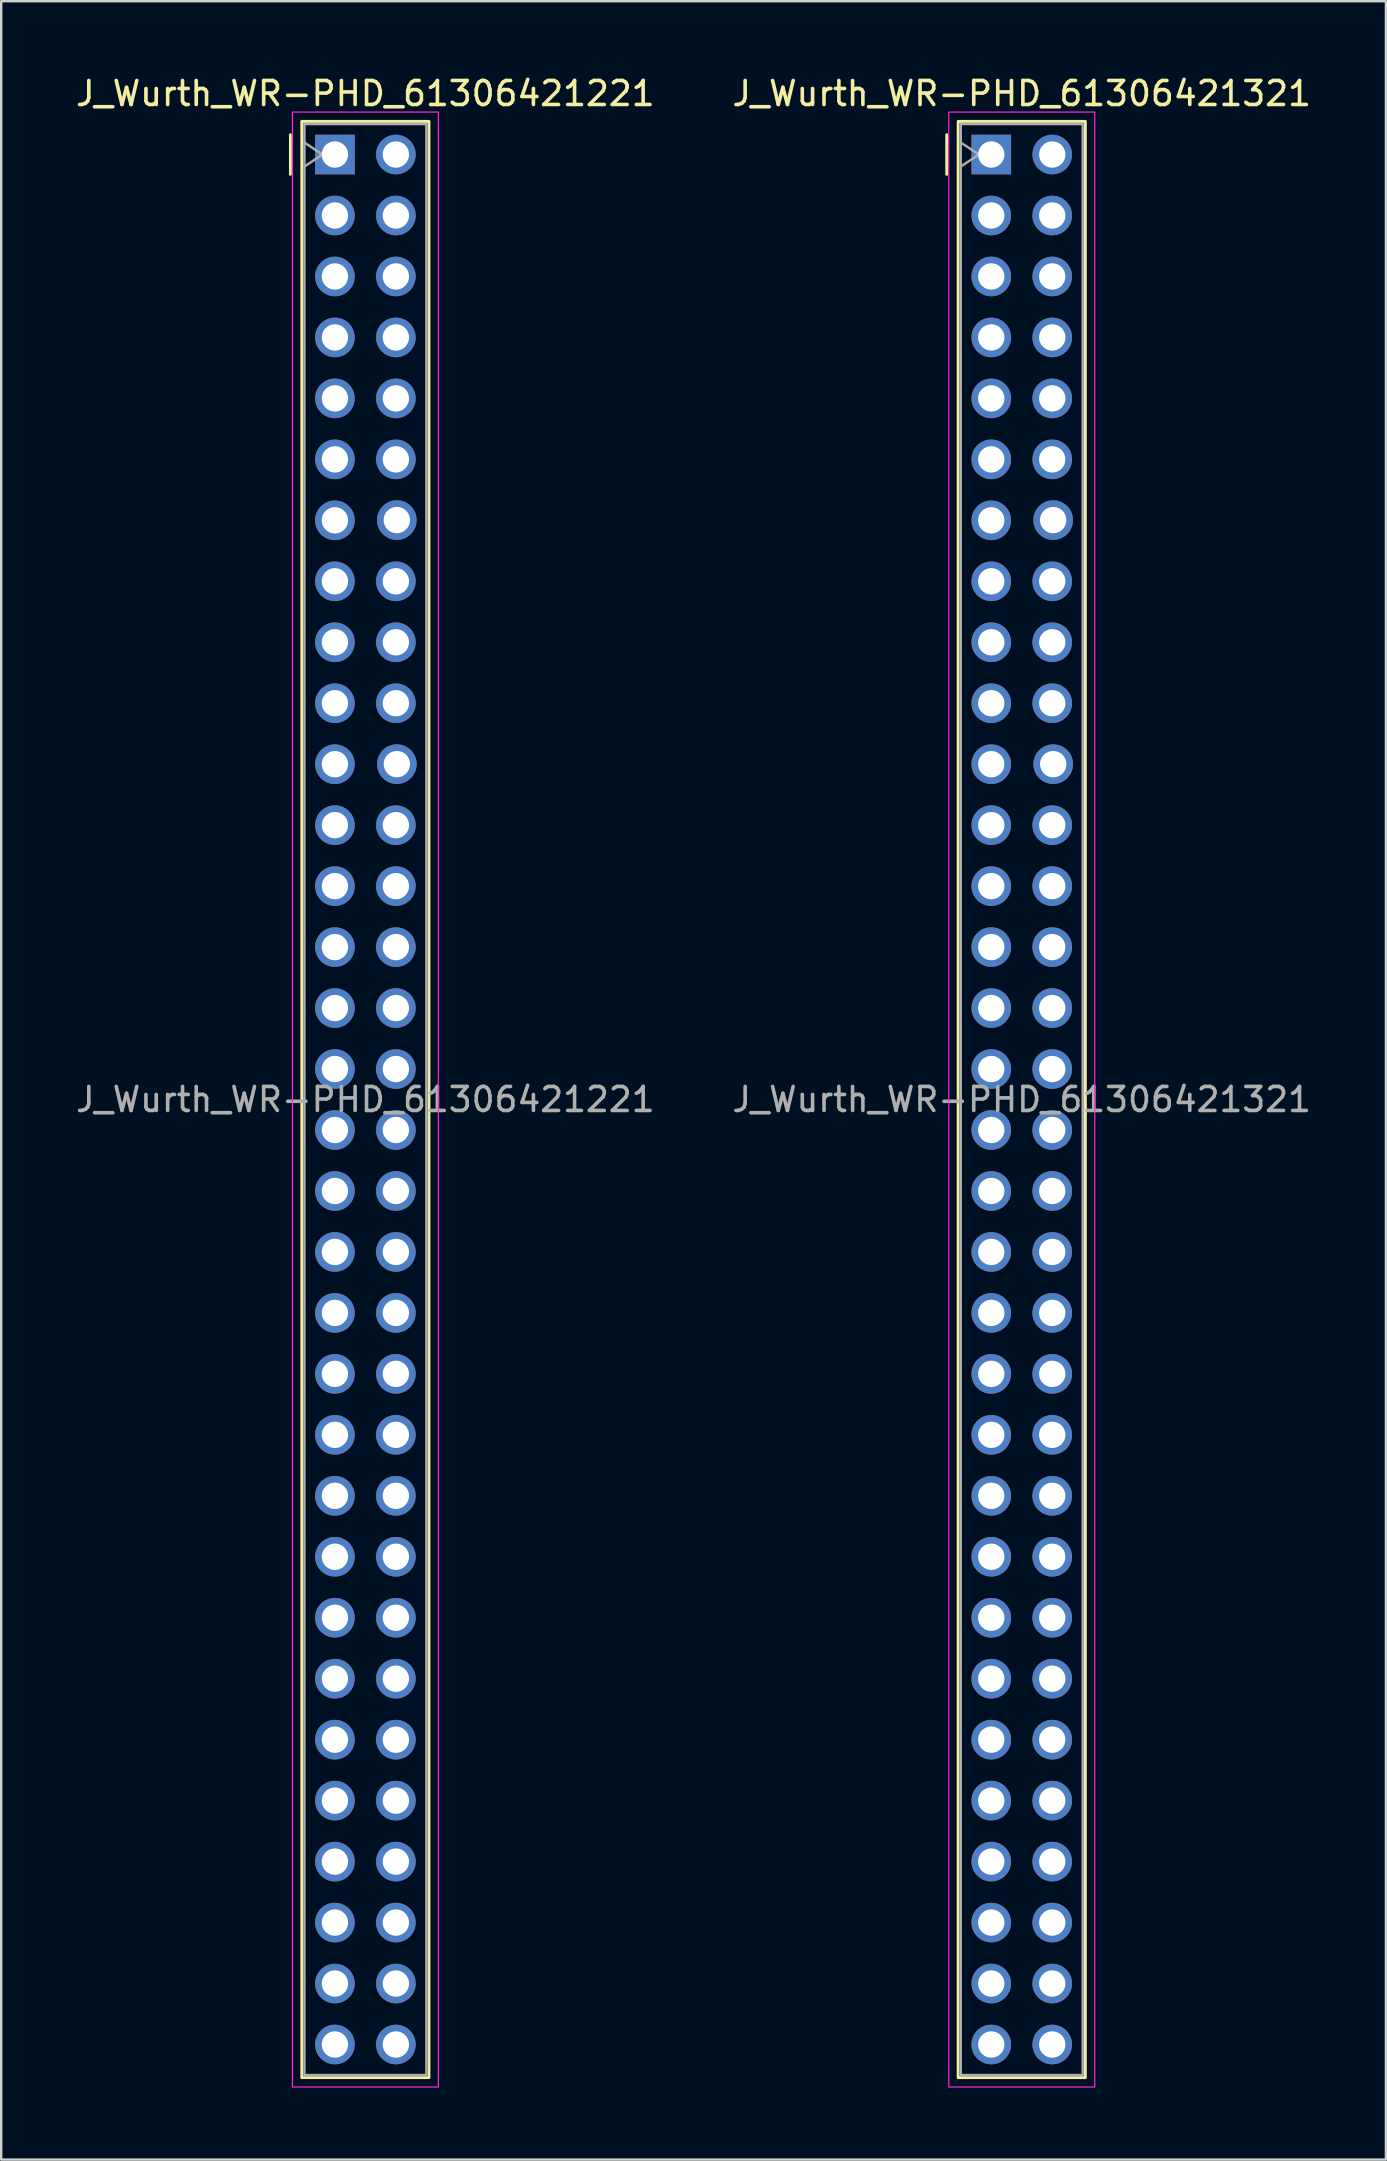
<source format=kicad_pcb>
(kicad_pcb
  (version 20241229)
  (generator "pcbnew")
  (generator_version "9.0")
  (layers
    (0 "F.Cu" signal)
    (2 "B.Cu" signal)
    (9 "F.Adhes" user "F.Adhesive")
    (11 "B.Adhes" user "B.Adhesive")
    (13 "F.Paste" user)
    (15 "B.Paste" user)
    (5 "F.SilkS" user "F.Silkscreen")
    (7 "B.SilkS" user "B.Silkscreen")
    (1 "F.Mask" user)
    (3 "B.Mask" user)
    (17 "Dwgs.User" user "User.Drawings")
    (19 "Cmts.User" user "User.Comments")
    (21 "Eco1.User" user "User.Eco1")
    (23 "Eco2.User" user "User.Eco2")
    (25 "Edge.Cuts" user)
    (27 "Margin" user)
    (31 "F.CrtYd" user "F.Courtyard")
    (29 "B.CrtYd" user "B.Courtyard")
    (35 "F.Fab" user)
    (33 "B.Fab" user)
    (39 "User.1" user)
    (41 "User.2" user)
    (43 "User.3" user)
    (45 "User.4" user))
  (footprint "J_Wurth_WR-PHD_61306421221"
    (layer "F.Cu")
    (at 10.903 3.388)
    (property "Reference" "J_Wurth_WR-PHD_61306421221" (at 1.27 -2.54 0) (unlocked yes) (layer "F.SilkS") (effects (font (size 1 1) (thickness 0.15))))
    (attr through_hole)
    (fp_line (start -1.855 -0.825) (end -1.855 0.825) (stroke (width 0.12) (type solid)) (layer "F.SilkS"))
    (fp_rect (start -1.38 -1.38) (end 3.92 80.12) (stroke (width 0.12) (type solid)) (fill no) (layer "F.SilkS"))
    (fp_rect (start -1.77 -1.77) (end 4.31 80.51) (stroke (width 0.05) (type solid)) (fill no) (layer "F.CrtYd"))
    (fp_line (start -1.27 -0.5) (end -0.52 0) (stroke (width 0.1) (type solid)) (layer "F.Fab"))
    (fp_line (start -0.52 0) (end -1.27 0.5) (stroke (width 0.1) (type solid)) (layer "F.Fab"))
    (fp_rect (start -1.27 -1.27) (end 3.81 80.01) (stroke (width 0.1) (type solid)) (fill no) (layer "F.Fab"))
    (fp_text user "${REFERENCE}" (at 1.27 39.37 0) (unlocked yes) (layer "F.Fab") (effects (font (size 1 1) (thickness 0.15))))
    (pad "1" thru_hole rect (at 0 0 270) (size 1.65 1.65) (drill 1.1) (layers "*.Cu" "*.Mask"))
    (pad "2" thru_hole circle (at 2.54 0 270) (size 1.65 1.65) (drill 1.1) (layers "*.Cu" "*.Mask"))
    (pad "3" thru_hole circle (at 0 2.54 270) (size 1.65 1.65) (drill 1.1) (layers "*.Cu" "*.Mask"))
    (pad "4" thru_hole circle (at 2.54 2.54 270) (size 1.65 1.65) (drill 1.1) (layers "*.Cu" "*.Mask"))
    (pad "5" thru_hole circle (at 0 5.08 270) (size 1.65 1.65) (drill 1.1) (layers "*.Cu" "*.Mask"))
    (pad "6" thru_hole circle (at 2.54 5.08 270) (size 1.65 1.65) (drill 1.1) (layers "*.Cu" "*.Mask"))
    (pad "7" thru_hole circle (at 0 7.62 270) (size 1.65 1.65) (drill 1.1) (layers "*.Cu" "*.Mask"))
    (pad "8" thru_hole circle (at 2.54 7.62 270) (size 1.65 1.65) (drill 1.1) (layers "*.Cu" "*.Mask"))
    (pad "9" thru_hole circle (at 0 10.16 270) (size 1.65 1.65) (drill 1.1) (layers "*.Cu" "*.Mask"))
    (pad "10" thru_hole circle (at 2.54 10.16 270) (size 1.65 1.65) (drill 1.1) (layers "*.Cu" "*.Mask"))
    (pad "11" thru_hole circle (at 0 12.7 270) (size 1.65 1.65) (drill 1.1) (layers "*.Cu" "*.Mask"))
    (pad "12" thru_hole circle (at 2.54 12.7 270) (size 1.65 1.65) (drill 1.1) (layers "*.Cu" "*.Mask"))
    (pad "13" thru_hole circle (at 0 15.24 270) (size 1.65 1.65) (drill 1.1) (layers "*.Cu" "*.Mask"))
    (pad "14" thru_hole circle (at 2.579 15.23 270) (size 1.65 1.65) (drill 1.1) (layers "*.Cu" "*.Mask"))
    (pad "15" thru_hole circle (at 0 17.78 270) (size 1.65 1.65) (drill 1.1) (layers "*.Cu" "*.Mask"))
    (pad "16" thru_hole circle (at 2.54 17.78 270) (size 1.65 1.65) (drill 1.1) (layers "*.Cu" "*.Mask"))
    (pad "17" thru_hole circle (at 0 20.32 270) (size 1.65 1.65) (drill 1.1) (layers "*.Cu" "*.Mask"))
    (pad "18" thru_hole circle (at 2.54 20.32 270) (size 1.65 1.65) (drill 1.1) (layers "*.Cu" "*.Mask"))
    (pad "19" thru_hole circle (at 0 22.86 270) (size 1.65 1.65) (drill 1.1) (layers "*.Cu" "*.Mask"))
    (pad "20" thru_hole circle (at 2.54 22.86 270) (size 1.65 1.65) (drill 1.1) (layers "*.Cu" "*.Mask"))
    (pad "21" thru_hole circle (at 0 25.4 270) (size 1.65 1.65) (drill 1.1) (layers "*.Cu" "*.Mask"))
    (pad "22" thru_hole circle (at 2.581 25.398 270) (size 1.65 1.65) (drill 1.1) (layers "*.Cu" "*.Mask"))
    (pad "23" thru_hole circle (at 0 27.94 270) (size 1.65 1.65) (drill 1.1) (layers "*.Cu" "*.Mask"))
    (pad "24" thru_hole circle (at 2.54 27.94 270) (size 1.65 1.65) (drill 1.1) (layers "*.Cu" "*.Mask"))
    (pad "25" thru_hole circle (at 0 30.48 270) (size 1.65 1.65) (drill 1.1) (layers "*.Cu" "*.Mask"))
    (pad "26" thru_hole circle (at 2.54 30.48 270) (size 1.65 1.65) (drill 1.1) (layers "*.Cu" "*.Mask"))
    (pad "27" thru_hole circle (at 0 33.02 270) (size 1.65 1.65) (drill 1.1) (layers "*.Cu" "*.Mask"))
    (pad "28" thru_hole circle (at 2.54 33.02 270) (size 1.65 1.65) (drill 1.1) (layers "*.Cu" "*.Mask"))
    (pad "29" thru_hole circle (at 0 35.56 270) (size 1.65 1.65) (drill 1.1) (layers "*.Cu" "*.Mask"))
    (pad "30" thru_hole circle (at 2.54 35.56 270) (size 1.65 1.65) (drill 1.1) (layers "*.Cu" "*.Mask"))
    (pad "31" thru_hole circle (at 0 38.1 270) (size 1.65 1.65) (drill 1.1) (layers "*.Cu" "*.Mask"))
    (pad "32" thru_hole circle (at 2.54 38.1 270) (size 1.65 1.65) (drill 1.1) (layers "*.Cu" "*.Mask"))
    (pad "33" thru_hole circle (at 0 40.64 270) (size 1.65 1.65) (drill 1.1) (layers "*.Cu" "*.Mask"))
    (pad "34" thru_hole circle (at 2.54 40.64 270) (size 1.65 1.65) (drill 1.1) (layers "*.Cu" "*.Mask"))
    (pad "35" thru_hole circle (at 0 43.18 270) (size 1.65 1.65) (drill 1.1) (layers "*.Cu" "*.Mask"))
    (pad "36" thru_hole circle (at 2.54 43.18 270) (size 1.65 1.65) (drill 1.1) (layers "*.Cu" "*.Mask"))
    (pad "37" thru_hole circle (at 0 45.72 270) (size 1.65 1.65) (drill 1.1) (layers "*.Cu" "*.Mask"))
    (pad "38" thru_hole circle (at 2.54 45.72 270) (size 1.65 1.65) (drill 1.1) (layers "*.Cu" "*.Mask"))
    (pad "39" thru_hole circle (at 0 48.26 270) (size 1.65 1.65) (drill 1.1) (layers "*.Cu" "*.Mask"))
    (pad "40" thru_hole circle (at 2.54 48.26 270) (size 1.65 1.65) (drill 1.1) (layers "*.Cu" "*.Mask"))
    (pad "41" thru_hole circle (at 0 50.8 270) (size 1.65 1.65) (drill 1.1) (layers "*.Cu" "*.Mask"))
    (pad "42" thru_hole circle (at 2.54 50.8 270) (size 1.65 1.65) (drill 1.1) (layers "*.Cu" "*.Mask"))
    (pad "43" thru_hole circle (at 0 53.34 270) (size 1.65 1.65) (drill 1.1) (layers "*.Cu" "*.Mask"))
    (pad "44" thru_hole circle (at 2.54 53.34 270) (size 1.65 1.65) (drill 1.1) (layers "*.Cu" "*.Mask"))
    (pad "45" thru_hole circle (at 0 55.88 270) (size 1.65 1.65) (drill 1.1) (layers "*.Cu" "*.Mask"))
    (pad "46" thru_hole circle (at 2.54 55.88 270) (size 1.65 1.65) (drill 1.1) (layers "*.Cu" "*.Mask"))
    (pad "47" thru_hole circle (at 0 58.42 270) (size 1.65 1.65) (drill 1.1) (layers "*.Cu" "*.Mask"))
    (pad "48" thru_hole circle (at 2.54 58.42 270) (size 1.65 1.65) (drill 1.1) (layers "*.Cu" "*.Mask"))
    (pad "49" thru_hole circle (at 0 60.96 270) (size 1.65 1.65) (drill 1.1) (layers "*.Cu" "*.Mask"))
    (pad "50" thru_hole circle (at 2.54 60.96 270) (size 1.65 1.65) (drill 1.1) (layers "*.Cu" "*.Mask"))
    (pad "51" thru_hole circle (at 0 63.5 270) (size 1.65 1.65) (drill 1.1) (layers "*.Cu" "*.Mask"))
    (pad "52" thru_hole circle (at 2.54 63.5 270) (size 1.65 1.65) (drill 1.1) (layers "*.Cu" "*.Mask"))
    (pad "53" thru_hole circle (at 0 66.04 270) (size 1.65 1.65) (drill 1.1) (layers "*.Cu" "*.Mask"))
    (pad "54" thru_hole circle (at 2.54 66.04 270) (size 1.65 1.65) (drill 1.1) (layers "*.Cu" "*.Mask"))
    (pad "55" thru_hole circle (at 0 68.58 270) (size 1.65 1.65) (drill 1.1) (layers "*.Cu" "*.Mask"))
    (pad "56" thru_hole circle (at 2.54 68.58 270) (size 1.65 1.65) (drill 1.1) (layers "*.Cu" "*.Mask"))
    (pad "57" thru_hole circle (at 0 71.12 270) (size 1.65 1.65) (drill 1.1) (layers "*.Cu" "*.Mask"))
    (pad "58" thru_hole circle (at 2.54 71.12 270) (size 1.65 1.65) (drill 1.1) (layers "*.Cu" "*.Mask"))
    (pad "59" thru_hole circle (at 0 73.66 270) (size 1.65 1.65) (drill 1.1) (layers "*.Cu" "*.Mask"))
    (pad "60" thru_hole circle (at 2.54 73.66 270) (size 1.65 1.65) (drill 1.1) (layers "*.Cu" "*.Mask"))
    (pad "61" thru_hole circle (at 0 76.2 270) (size 1.65 1.65) (drill 1.1) (layers "*.Cu" "*.Mask"))
    (pad "62" thru_hole circle (at 2.54 76.2 270) (size 1.65 1.65) (drill 1.1) (layers "*.Cu" "*.Mask"))
    (pad "63" thru_hole circle (at 0 78.74 270) (size 1.65 1.65) (drill 1.1) (layers "*.Cu" "*.Mask"))
    (pad "64" thru_hole circle (at 2.54 78.74 270) (size 1.65 1.65) (drill 1.1) (layers "*.Cu" "*.Mask")))
  (footprint "J_Wurth_WR-PHD_61306421321"
    (layer "F.Cu")
    (at 38.248 3.388)
    (property "Reference" "J_Wurth_WR-PHD_61306421321" (at 1.27 -2.54 0) (unlocked yes) (layer "F.SilkS") (effects (font (size 1 1) (thickness 0.15))))
    (attr through_hole)
    (fp_line (start -1.855 -0.825) (end -1.855 0.825) (stroke (width 0.12) (type solid)) (layer "F.SilkS"))
    (fp_rect (start -1.38 -1.38) (end 3.92 80.12) (stroke (width 0.12) (type solid)) (fill no) (layer "F.SilkS"))
    (fp_rect (start -1.77 -1.77) (end 4.31 80.51) (stroke (width 0.05) (type solid)) (fill no) (layer "F.CrtYd"))
    (fp_line (start -1.27 -0.5) (end -0.52 0) (stroke (width 0.1) (type solid)) (layer "F.Fab"))
    (fp_line (start -0.52 0) (end -1.27 0.5) (stroke (width 0.1) (type solid)) (layer "F.Fab"))
    (fp_rect (start -1.27 -1.27) (end 3.81 80.01) (stroke (width 0.1) (type solid)) (fill no) (layer "F.Fab"))
    (fp_text user "${REFERENCE}" (at 1.27 39.37 0) (unlocked yes) (layer "F.Fab") (effects (font (size 1 1) (thickness 0.15))))
    (pad "1" thru_hole rect (at 0 0 270) (size 1.65 1.65) (drill 1.1) (layers "*.Cu" "*.Mask"))
    (pad "2" thru_hole circle (at 2.54 0 270) (size 1.65 1.65) (drill 1.1) (layers "*.Cu" "*.Mask"))
    (pad "3" thru_hole circle (at 0 2.54 270) (size 1.65 1.65) (drill 1.1) (layers "*.Cu" "*.Mask"))
    (pad "4" thru_hole circle (at 2.54 2.54 270) (size 1.65 1.65) (drill 1.1) (layers "*.Cu" "*.Mask"))
    (pad "5" thru_hole circle (at 0 5.08 270) (size 1.65 1.65) (drill 1.1) (layers "*.Cu" "*.Mask"))
    (pad "6" thru_hole circle (at 2.54 5.08 270) (size 1.65 1.65) (drill 1.1) (layers "*.Cu" "*.Mask"))
    (pad "7" thru_hole circle (at 0 7.62 270) (size 1.65 1.65) (drill 1.1) (layers "*.Cu" "*.Mask"))
    (pad "8" thru_hole circle (at 2.54 7.62 270) (size 1.65 1.65) (drill 1.1) (layers "*.Cu" "*.Mask"))
    (pad "9" thru_hole circle (at 0 10.16 270) (size 1.65 1.65) (drill 1.1) (layers "*.Cu" "*.Mask"))
    (pad "10" thru_hole circle (at 2.54 10.16 270) (size 1.65 1.65) (drill 1.1) (layers "*.Cu" "*.Mask"))
    (pad "11" thru_hole circle (at 0 12.7 270) (size 1.65 1.65) (drill 1.1) (layers "*.Cu" "*.Mask"))
    (pad "12" thru_hole circle (at 2.54 12.7 270) (size 1.65 1.65) (drill 1.1) (layers "*.Cu" "*.Mask"))
    (pad "13" thru_hole circle (at 0 15.24 270) (size 1.65 1.65) (drill 1.1) (layers "*.Cu" "*.Mask"))
    (pad "14" thru_hole circle (at 2.579 15.23 270) (size 1.65 1.65) (drill 1.1) (layers "*.Cu" "*.Mask"))
    (pad "15" thru_hole circle (at 0 17.78 270) (size 1.65 1.65) (drill 1.1) (layers "*.Cu" "*.Mask"))
    (pad "16" thru_hole circle (at 2.54 17.78 270) (size 1.65 1.65) (drill 1.1) (layers "*.Cu" "*.Mask"))
    (pad "17" thru_hole circle (at 0 20.32 270) (size 1.65 1.65) (drill 1.1) (layers "*.Cu" "*.Mask"))
    (pad "18" thru_hole circle (at 2.54 20.32 270) (size 1.65 1.65) (drill 1.1) (layers "*.Cu" "*.Mask"))
    (pad "19" thru_hole circle (at 0 22.86 270) (size 1.65 1.65) (drill 1.1) (layers "*.Cu" "*.Mask"))
    (pad "20" thru_hole circle (at 2.54 22.86 270) (size 1.65 1.65) (drill 1.1) (layers "*.Cu" "*.Mask"))
    (pad "21" thru_hole circle (at 0 25.4 270) (size 1.65 1.65) (drill 1.1) (layers "*.Cu" "*.Mask"))
    (pad "22" thru_hole circle (at 2.581 25.398 270) (size 1.65 1.65) (drill 1.1) (layers "*.Cu" "*.Mask"))
    (pad "23" thru_hole circle (at 0 27.94 270) (size 1.65 1.65) (drill 1.1) (layers "*.Cu" "*.Mask"))
    (pad "24" thru_hole circle (at 2.54 27.94 270) (size 1.65 1.65) (drill 1.1) (layers "*.Cu" "*.Mask"))
    (pad "25" thru_hole circle (at 0 30.48 270) (size 1.65 1.65) (drill 1.1) (layers "*.Cu" "*.Mask"))
    (pad "26" thru_hole circle (at 2.54 30.48 270) (size 1.65 1.65) (drill 1.1) (layers "*.Cu" "*.Mask"))
    (pad "27" thru_hole circle (at 0 33.02 270) (size 1.65 1.65) (drill 1.1) (layers "*.Cu" "*.Mask"))
    (pad "28" thru_hole circle (at 2.54 33.02 270) (size 1.65 1.65) (drill 1.1) (layers "*.Cu" "*.Mask"))
    (pad "29" thru_hole circle (at 0 35.56 270) (size 1.65 1.65) (drill 1.1) (layers "*.Cu" "*.Mask"))
    (pad "30" thru_hole circle (at 2.54 35.56 270) (size 1.65 1.65) (drill 1.1) (layers "*.Cu" "*.Mask"))
    (pad "31" thru_hole circle (at 0 38.1 270) (size 1.65 1.65) (drill 1.1) (layers "*.Cu" "*.Mask"))
    (pad "32" thru_hole circle (at 2.54 38.1 270) (size 1.65 1.65) (drill 1.1) (layers "*.Cu" "*.Mask"))
    (pad "33" thru_hole circle (at 0 40.64 270) (size 1.65 1.65) (drill 1.1) (layers "*.Cu" "*.Mask"))
    (pad "34" thru_hole circle (at 2.54 40.64 270) (size 1.65 1.65) (drill 1.1) (layers "*.Cu" "*.Mask"))
    (pad "35" thru_hole circle (at 0 43.18 270) (size 1.65 1.65) (drill 1.1) (layers "*.Cu" "*.Mask"))
    (pad "36" thru_hole circle (at 2.54 43.18 270) (size 1.65 1.65) (drill 1.1) (layers "*.Cu" "*.Mask"))
    (pad "37" thru_hole circle (at 0 45.72 270) (size 1.65 1.65) (drill 1.1) (layers "*.Cu" "*.Mask"))
    (pad "38" thru_hole circle (at 2.54 45.72 270) (size 1.65 1.65) (drill 1.1) (layers "*.Cu" "*.Mask"))
    (pad "39" thru_hole circle (at 0 48.26 270) (size 1.65 1.65) (drill 1.1) (layers "*.Cu" "*.Mask"))
    (pad "40" thru_hole circle (at 2.54 48.26 270) (size 1.65 1.65) (drill 1.1) (layers "*.Cu" "*.Mask"))
    (pad "41" thru_hole circle (at 0 50.8 270) (size 1.65 1.65) (drill 1.1) (layers "*.Cu" "*.Mask"))
    (pad "42" thru_hole circle (at 2.54 50.8 270) (size 1.65 1.65) (drill 1.1) (layers "*.Cu" "*.Mask"))
    (pad "43" thru_hole circle (at 0 53.34 270) (size 1.65 1.65) (drill 1.1) (layers "*.Cu" "*.Mask"))
    (pad "44" thru_hole circle (at 2.54 53.34 270) (size 1.65 1.65) (drill 1.1) (layers "*.Cu" "*.Mask"))
    (pad "45" thru_hole circle (at 0 55.88 270) (size 1.65 1.65) (drill 1.1) (layers "*.Cu" "*.Mask"))
    (pad "46" thru_hole circle (at 2.54 55.88 270) (size 1.65 1.65) (drill 1.1) (layers "*.Cu" "*.Mask"))
    (pad "47" thru_hole circle (at 0 58.42 270) (size 1.65 1.65) (drill 1.1) (layers "*.Cu" "*.Mask"))
    (pad "48" thru_hole circle (at 2.54 58.42 270) (size 1.65 1.65) (drill 1.1) (layers "*.Cu" "*.Mask"))
    (pad "49" thru_hole circle (at 0 60.96 270) (size 1.65 1.65) (drill 1.1) (layers "*.Cu" "*.Mask"))
    (pad "50" thru_hole circle (at 2.54 60.96 270) (size 1.65 1.65) (drill 1.1) (layers "*.Cu" "*.Mask"))
    (pad "51" thru_hole circle (at 0 63.5 270) (size 1.65 1.65) (drill 1.1) (layers "*.Cu" "*.Mask"))
    (pad "52" thru_hole circle (at 2.54 63.5 270) (size 1.65 1.65) (drill 1.1) (layers "*.Cu" "*.Mask"))
    (pad "53" thru_hole circle (at 0 66.04 270) (size 1.65 1.65) (drill 1.1) (layers "*.Cu" "*.Mask"))
    (pad "54" thru_hole circle (at 2.54 66.04 270) (size 1.65 1.65) (drill 1.1) (layers "*.Cu" "*.Mask"))
    (pad "55" thru_hole circle (at 0 68.58 270) (size 1.65 1.65) (drill 1.1) (layers "*.Cu" "*.Mask"))
    (pad "56" thru_hole circle (at 2.54 68.58 270) (size 1.65 1.65) (drill 1.1) (layers "*.Cu" "*.Mask"))
    (pad "57" thru_hole circle (at 0 71.12 270) (size 1.65 1.65) (drill 1.1) (layers "*.Cu" "*.Mask"))
    (pad "58" thru_hole circle (at 2.54 71.12 270) (size 1.65 1.65) (drill 1.1) (layers "*.Cu" "*.Mask"))
    (pad "59" thru_hole circle (at 0 73.66 270) (size 1.65 1.65) (drill 1.1) (layers "*.Cu" "*.Mask"))
    (pad "60" thru_hole circle (at 2.54 73.66 270) (size 1.65 1.65) (drill 1.1) (layers "*.Cu" "*.Mask"))
    (pad "61" thru_hole circle (at 0 76.2 270) (size 1.65 1.65) (drill 1.1) (layers "*.Cu" "*.Mask"))
    (pad "62" thru_hole circle (at 2.54 76.2 270) (size 1.65 1.65) (drill 1.1) (layers "*.Cu" "*.Mask"))
    (pad "63" thru_hole circle (at 0 78.74 270) (size 1.65 1.65) (drill 1.1) (layers "*.Cu" "*.Mask"))
    (pad "64" thru_hole circle (at 2.54 78.74 270) (size 1.65 1.65) (drill 1.1) (layers "*.Cu" "*.Mask")))
  (gr_rect
    (start -3 -3)
    (end 54.69 86.923)
    (stroke (width 0.1) (type default))
    (fill no)
    (layer "Edge.Cuts")))
</source>
